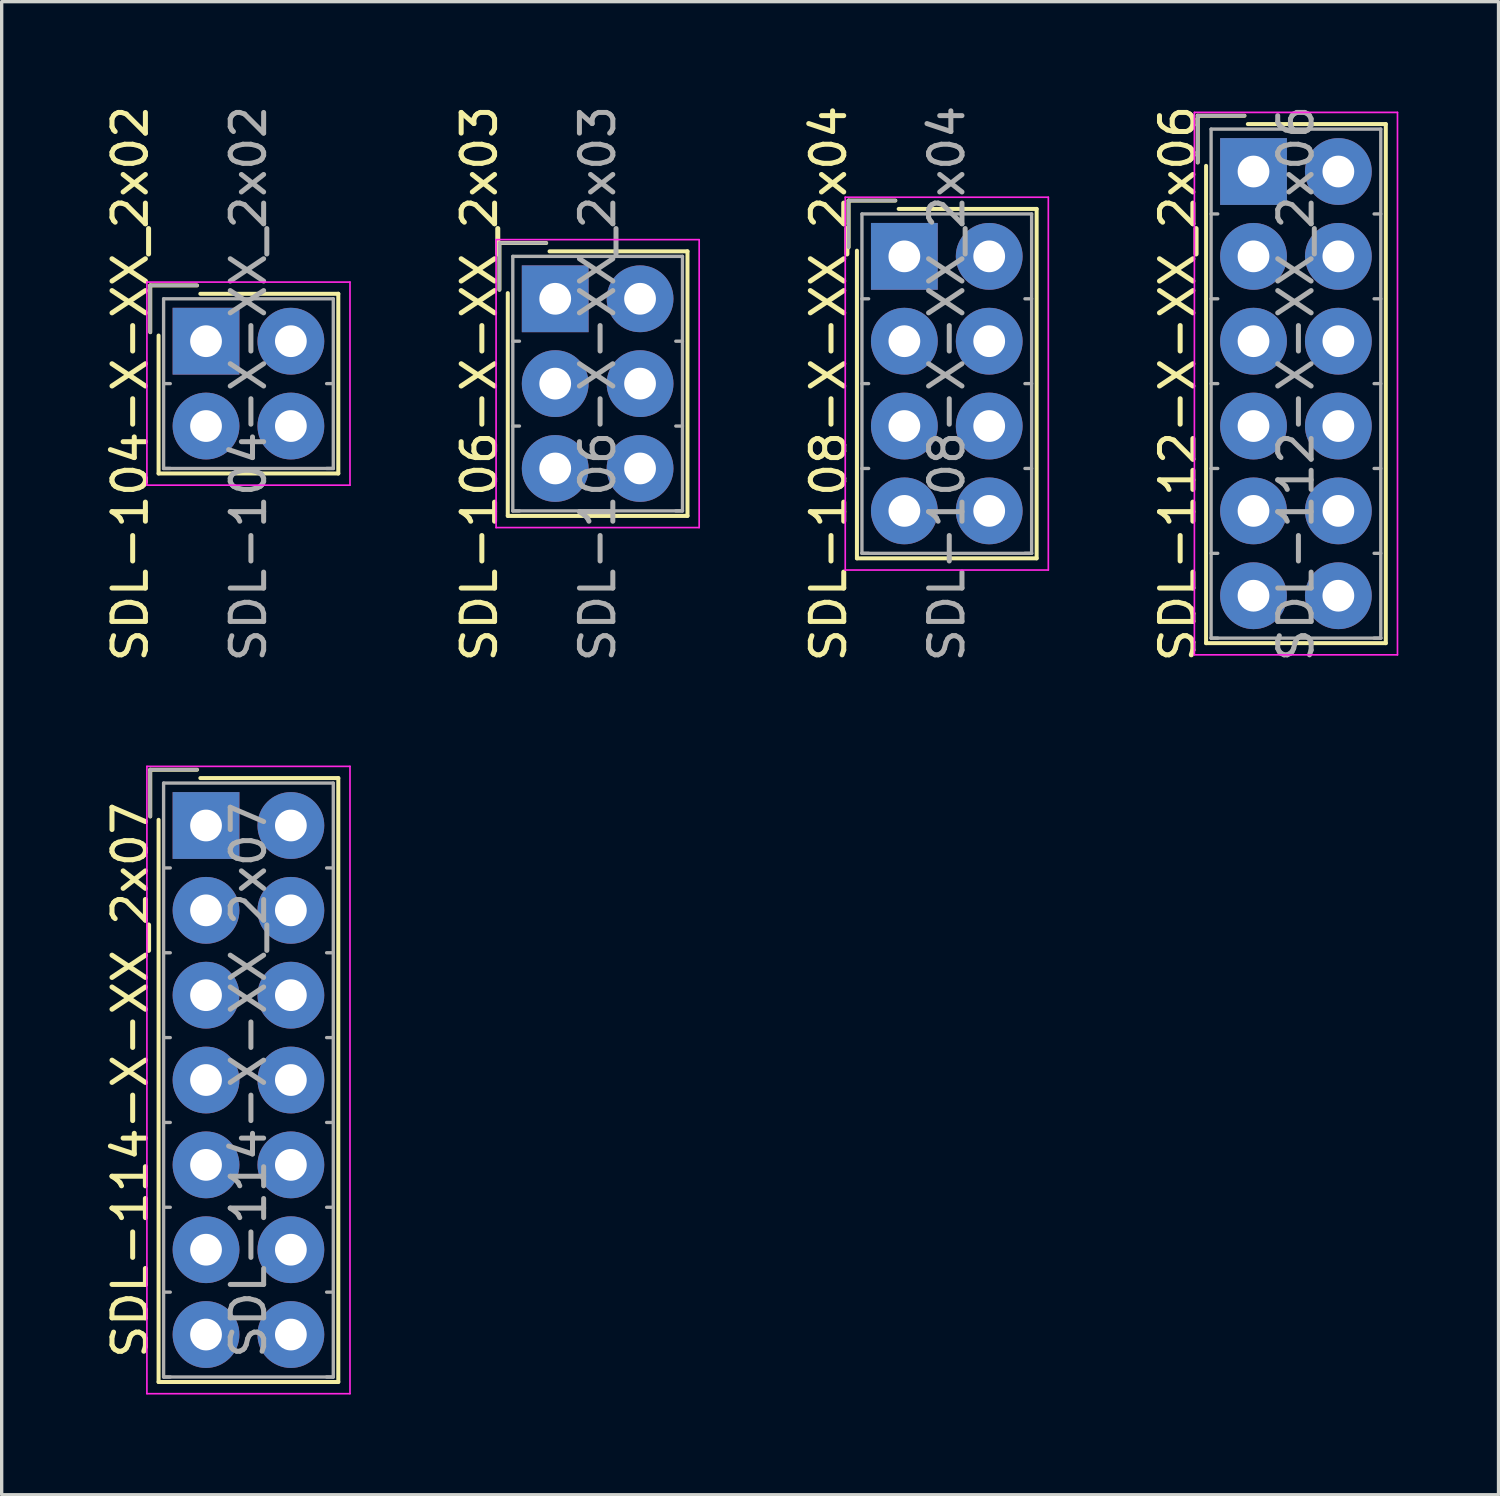
<source format=kicad_pcb>
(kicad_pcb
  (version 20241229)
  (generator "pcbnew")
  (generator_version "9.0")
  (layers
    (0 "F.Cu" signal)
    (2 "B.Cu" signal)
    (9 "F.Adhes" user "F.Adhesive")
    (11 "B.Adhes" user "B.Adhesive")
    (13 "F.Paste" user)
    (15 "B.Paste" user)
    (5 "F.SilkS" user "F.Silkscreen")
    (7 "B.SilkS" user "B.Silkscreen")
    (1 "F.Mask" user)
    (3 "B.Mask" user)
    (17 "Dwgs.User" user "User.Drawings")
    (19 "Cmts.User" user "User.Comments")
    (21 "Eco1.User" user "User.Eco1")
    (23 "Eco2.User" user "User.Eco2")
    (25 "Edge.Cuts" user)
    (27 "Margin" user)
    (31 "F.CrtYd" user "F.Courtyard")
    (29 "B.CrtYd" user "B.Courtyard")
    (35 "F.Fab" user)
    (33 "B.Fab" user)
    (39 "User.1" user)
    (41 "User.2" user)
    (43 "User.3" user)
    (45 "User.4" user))
  (footprint "SDL-112-X-XX_2x06"
    (layer "F.Cu")
    (at 34.478 2.085)
    (property "Reference" "SDL-112-X-XX_2x06" (at -2.27 6.35 90) (layer "F.SilkS") (effects (font (size 1 1) (thickness 0.15))))
    (attr through_hole)
    (fp_line (start -1.67 -1.67) (end -1.67 -0.27) (stroke (width 0.12) (type solid)) (layer "F.SilkS"))
    (fp_line (start -1.42 14.12) (end -1.42 -0.17) (stroke (width 0.12) (type solid)) (layer "F.SilkS"))
    (fp_line (start -0.27 -1.67) (end -1.67 -1.67) (stroke (width 0.12) (type solid)) (layer "F.SilkS"))
    (fp_line (start -0.17 -1.42) (end 3.96 -1.42) (stroke (width 0.12) (type solid)) (layer "F.SilkS"))
    (fp_line (start 3.96 -1.42) (end 3.96 14.12) (stroke (width 0.12) (type solid)) (layer "F.SilkS"))
    (fp_line (start 3.96 14.12) (end -1.42 14.12) (stroke (width 0.12) (type solid)) (layer "F.SilkS"))
    (fp_line (start -1.77 -1.77) (end -1.77 14.47) (stroke (width 0.05) (type solid)) (layer "F.CrtYd"))
    (fp_line (start -1.77 14.47) (end 4.31 14.47) (stroke (width 0.05) (type solid)) (layer "F.CrtYd"))
    (fp_line (start 4.31 -1.77) (end -1.77 -1.77) (stroke (width 0.05) (type solid)) (layer "F.CrtYd"))
    (fp_line (start 4.31 14.47) (end 4.31 -1.77) (stroke (width 0.05) (type solid)) (layer "F.CrtYd"))
    (fp_line (start -1.67 -1.67) (end -1.67 -0.27) (stroke (width 0.1) (type solid)) (layer "F.Fab"))
    (fp_line (start -1.27 -1.27) (end -1.27 13.97) (stroke (width 0.1) (type solid)) (layer "F.Fab"))
    (fp_line (start -1.27 1.27) (end -1.07 1.27) (stroke (width 0.1) (type solid)) (layer "F.Fab"))
    (fp_line (start -1.27 3.81) (end -1.07 3.81) (stroke (width 0.1) (type solid)) (layer "F.Fab"))
    (fp_line (start -1.27 6.35) (end -1.07 6.35) (stroke (width 0.1) (type solid)) (layer "F.Fab"))
    (fp_line (start -1.27 8.89) (end -1.07 8.89) (stroke (width 0.1) (type solid)) (layer "F.Fab"))
    (fp_line (start -1.27 11.43) (end -1.07 11.43) (stroke (width 0.1) (type solid)) (layer "F.Fab"))
    (fp_line (start -1.27 13.97) (end -1.07 13.97) (stroke (width 0.1) (type solid)) (layer "F.Fab"))
    (fp_line (start -1.27 13.97) (end 3.81 13.97) (stroke (width 0.1) (type solid)) (layer "F.Fab"))
    (fp_line (start -0.27 -1.67) (end -1.67 -1.67) (stroke (width 0.1) (type solid)) (layer "F.Fab"))
    (fp_line (start 3.81 -1.27) (end -1.27 -1.27) (stroke (width 0.1) (type solid)) (layer "F.Fab"))
    (fp_line (start 3.81 1.27) (end 3.61 1.27) (stroke (width 0.1) (type solid)) (layer "F.Fab"))
    (fp_line (start 3.81 3.81) (end 3.61 3.81) (stroke (width 0.1) (type solid)) (layer "F.Fab"))
    (fp_line (start 3.81 6.35) (end 3.61 6.35) (stroke (width 0.1) (type solid)) (layer "F.Fab"))
    (fp_line (start 3.81 8.89) (end 3.61 8.89) (stroke (width 0.1) (type solid)) (layer "F.Fab"))
    (fp_line (start 3.81 11.43) (end 3.61 11.43) (stroke (width 0.1) (type solid)) (layer "F.Fab"))
    (fp_line (start 3.81 13.97) (end 3.61 13.97) (stroke (width 0.1) (type solid)) (layer "F.Fab"))
    (fp_line (start 3.81 13.97) (end 3.81 -1.27) (stroke (width 0.1) (type solid)) (layer "F.Fab"))
    (fp_text user "${REFERENCE}" (at 1.27 6.35 90) (layer "F.Fab") (effects (font (size 1 1) (thickness 0.15))))
    (pad "1" thru_hole rect (at 0 0) (size 2 2) (drill 0.95) (layers "*.Cu" "*.Mask"))
    (pad "2" thru_hole circle (at 2.54 0) (size 2 2) (drill 0.95) (layers "*.Cu" "*.Mask"))
    (pad "3" thru_hole circle (at 0 2.54) (size 2 2) (drill 0.95) (layers "*.Cu" "*.Mask"))
    (pad "4" thru_hole circle (at 2.54 2.54) (size 2 2) (drill 0.95) (layers "*.Cu" "*.Mask"))
    (pad "5" thru_hole circle (at 0 5.08) (size 2 2) (drill 0.95) (layers "*.Cu" "*.Mask"))
    (pad "6" thru_hole circle (at 2.54 5.08) (size 2 2) (drill 0.95) (layers "*.Cu" "*.Mask"))
    (pad "7" thru_hole circle (at 0 7.62) (size 2 2) (drill 0.95) (layers "*.Cu" "*.Mask"))
    (pad "8" thru_hole circle (at 2.54 7.62) (size 2 2) (drill 0.95) (layers "*.Cu" "*.Mask"))
    (pad "9" thru_hole circle (at 0 10.16) (size 2 2) (drill 0.95) (layers "*.Cu" "*.Mask"))
    (pad "10" thru_hole circle (at 2.54 10.16) (size 2 2) (drill 0.95) (layers "*.Cu" "*.Mask"))
    (pad "11" thru_hole circle (at 0 12.7) (size 2 2) (drill 0.95) (layers "*.Cu" "*.Mask"))
    (pad "12" thru_hole circle (at 2.54 12.7) (size 2 2) (drill 0.95) (layers "*.Cu" "*.Mask")))
  (footprint "SDL-108-X-XX_2x04"
    (layer "F.Cu")
    (at 24.025 4.625)
    (property "Reference" "SDL-108-X-XX_2x04" (at -2.27 3.81 90) (layer "F.SilkS") (effects (font (size 1 1) (thickness 0.15))))
    (attr through_hole)
    (fp_line (start -1.67 -1.67) (end -1.67 -0.27) (stroke (width 0.12) (type solid)) (layer "F.SilkS"))
    (fp_line (start -1.42 9.04) (end -1.42 -0.17) (stroke (width 0.12) (type solid)) (layer "F.SilkS"))
    (fp_line (start -0.27 -1.67) (end -1.67 -1.67) (stroke (width 0.12) (type solid)) (layer "F.SilkS"))
    (fp_line (start -0.17 -1.42) (end 3.96 -1.42) (stroke (width 0.12) (type solid)) (layer "F.SilkS"))
    (fp_line (start 3.96 -1.42) (end 3.96 9.04) (stroke (width 0.12) (type solid)) (layer "F.SilkS"))
    (fp_line (start 3.96 9.04) (end -1.42 9.04) (stroke (width 0.12) (type solid)) (layer "F.SilkS"))
    (fp_line (start -1.77 -1.77) (end -1.77 9.39) (stroke (width 0.05) (type solid)) (layer "F.CrtYd"))
    (fp_line (start -1.77 9.39) (end 4.31 9.39) (stroke (width 0.05) (type solid)) (layer "F.CrtYd"))
    (fp_line (start 4.31 -1.77) (end -1.77 -1.77) (stroke (width 0.05) (type solid)) (layer "F.CrtYd"))
    (fp_line (start 4.31 9.39) (end 4.31 -1.77) (stroke (width 0.05) (type solid)) (layer "F.CrtYd"))
    (fp_line (start -1.67 -1.67) (end -1.67 -0.27) (stroke (width 0.1) (type solid)) (layer "F.Fab"))
    (fp_line (start -1.27 -1.27) (end -1.27 8.89) (stroke (width 0.1) (type solid)) (layer "F.Fab"))
    (fp_line (start -1.27 1.27) (end -1.07 1.27) (stroke (width 0.1) (type solid)) (layer "F.Fab"))
    (fp_line (start -1.27 3.81) (end -1.07 3.81) (stroke (width 0.1) (type solid)) (layer "F.Fab"))
    (fp_line (start -1.27 6.35) (end -1.07 6.35) (stroke (width 0.1) (type solid)) (layer "F.Fab"))
    (fp_line (start -1.27 8.89) (end -1.07 8.89) (stroke (width 0.1) (type solid)) (layer "F.Fab"))
    (fp_line (start -1.27 8.89) (end 3.81 8.89) (stroke (width 0.1) (type solid)) (layer "F.Fab"))
    (fp_line (start -0.27 -1.67) (end -1.67 -1.67) (stroke (width 0.1) (type solid)) (layer "F.Fab"))
    (fp_line (start 3.81 -1.27) (end -1.27 -1.27) (stroke (width 0.1) (type solid)) (layer "F.Fab"))
    (fp_line (start 3.81 1.27) (end 3.61 1.27) (stroke (width 0.1) (type solid)) (layer "F.Fab"))
    (fp_line (start 3.81 3.81) (end 3.61 3.81) (stroke (width 0.1) (type solid)) (layer "F.Fab"))
    (fp_line (start 3.81 6.35) (end 3.61 6.35) (stroke (width 0.1) (type solid)) (layer "F.Fab"))
    (fp_line (start 3.81 8.89) (end 3.61 8.89) (stroke (width 0.1) (type solid)) (layer "F.Fab"))
    (fp_line (start 3.81 8.89) (end 3.81 -1.27) (stroke (width 0.1) (type solid)) (layer "F.Fab"))
    (fp_text user "${REFERENCE}" (at 1.27 3.81 90) (layer "F.Fab") (effects (font (size 1 1) (thickness 0.15))))
    (pad "1" thru_hole rect (at 0 0) (size 2 2) (drill 0.95) (layers "*.Cu" "*.Mask"))
    (pad "2" thru_hole circle (at 2.54 0) (size 2 2) (drill 0.95) (layers "*.Cu" "*.Mask"))
    (pad "3" thru_hole circle (at 0 2.54) (size 2 2) (drill 0.95) (layers "*.Cu" "*.Mask"))
    (pad "4" thru_hole circle (at 2.54 2.54) (size 2 2) (drill 0.95) (layers "*.Cu" "*.Mask"))
    (pad "5" thru_hole circle (at 0 5.08) (size 2 2) (drill 0.95) (layers "*.Cu" "*.Mask"))
    (pad "6" thru_hole circle (at 2.54 5.08) (size 2 2) (drill 0.95) (layers "*.Cu" "*.Mask"))
    (pad "7" thru_hole circle (at 0 7.62) (size 2 2) (drill 0.95) (layers "*.Cu" "*.Mask"))
    (pad "8" thru_hole circle (at 2.54 7.62) (size 2 2) (drill 0.95) (layers "*.Cu" "*.Mask")))
  (footprint "SDL-104-X-XX_2x02"
    (layer "F.Cu")
    (at 3.118 7.165)
    (property "Reference" "SDL-104-X-XX_2x02" (at -2.27 1.27 90) (layer "F.SilkS") (effects (font (size 1 1) (thickness 0.15))))
    (attr through_hole)
    (fp_line (start -1.67 -1.67) (end -1.67 -0.27) (stroke (width 0.12) (type solid)) (layer "F.SilkS"))
    (fp_line (start -1.42 3.96) (end -1.42 -0.17) (stroke (width 0.12) (type solid)) (layer "F.SilkS"))
    (fp_line (start -0.27 -1.67) (end -1.67 -1.67) (stroke (width 0.12) (type solid)) (layer "F.SilkS"))
    (fp_line (start -0.17 -1.42) (end 3.96 -1.42) (stroke (width 0.12) (type solid)) (layer "F.SilkS"))
    (fp_line (start 3.96 -1.42) (end 3.96 3.96) (stroke (width 0.12) (type solid)) (layer "F.SilkS"))
    (fp_line (start 3.96 3.96) (end -1.42 3.96) (stroke (width 0.12) (type solid)) (layer "F.SilkS"))
    (fp_line (start -1.77 -1.77) (end -1.77 4.31) (stroke (width 0.05) (type solid)) (layer "F.CrtYd"))
    (fp_line (start -1.77 4.31) (end 4.31 4.31) (stroke (width 0.05) (type solid)) (layer "F.CrtYd"))
    (fp_line (start 4.31 -1.77) (end -1.77 -1.77) (stroke (width 0.05) (type solid)) (layer "F.CrtYd"))
    (fp_line (start 4.31 4.31) (end 4.31 -1.77) (stroke (width 0.05) (type solid)) (layer "F.CrtYd"))
    (fp_line (start -1.67 -1.67) (end -1.67 -0.27) (stroke (width 0.1) (type solid)) (layer "F.Fab"))
    (fp_line (start -1.27 -1.27) (end -1.27 3.81) (stroke (width 0.1) (type solid)) (layer "F.Fab"))
    (fp_line (start -1.27 1.27) (end -1.07 1.27) (stroke (width 0.1) (type solid)) (layer "F.Fab"))
    (fp_line (start -1.27 3.81) (end -1.07 3.81) (stroke (width 0.1) (type solid)) (layer "F.Fab"))
    (fp_line (start -1.27 3.81) (end 3.81 3.81) (stroke (width 0.1) (type solid)) (layer "F.Fab"))
    (fp_line (start -0.27 -1.67) (end -1.67 -1.67) (stroke (width 0.1) (type solid)) (layer "F.Fab"))
    (fp_line (start 3.81 -1.27) (end -1.27 -1.27) (stroke (width 0.1) (type solid)) (layer "F.Fab"))
    (fp_line (start 3.81 1.27) (end 3.61 1.27) (stroke (width 0.1) (type solid)) (layer "F.Fab"))
    (fp_line (start 3.81 3.81) (end 3.61 3.81) (stroke (width 0.1) (type solid)) (layer "F.Fab"))
    (fp_line (start 3.81 3.81) (end 3.81 -1.27) (stroke (width 0.1) (type solid)) (layer "F.Fab"))
    (fp_text user "${REFERENCE}" (at 1.27 1.27 90) (layer "F.Fab") (effects (font (size 1 1) (thickness 0.15))))
    (pad "1" thru_hole rect (at 0 0) (size 2 2) (drill 0.95) (layers "*.Cu" "*.Mask"))
    (pad "2" thru_hole circle (at 2.54 0) (size 2 2) (drill 0.95) (layers "*.Cu" "*.Mask"))
    (pad "3" thru_hole circle (at 0 2.54) (size 2 2) (drill 0.95) (layers "*.Cu" "*.Mask"))
    (pad "4" thru_hole circle (at 2.54 2.54) (size 2 2) (drill 0.95) (layers "*.Cu" "*.Mask")))
  (footprint "SDL-106-X-XX_2x03"
    (layer "F.Cu")
    (at 13.572 5.895)
    (property "Reference" "SDL-106-X-XX_2x03" (at -2.27 2.54 90) (layer "F.SilkS") (effects (font (size 1 1) (thickness 0.15))))
    (attr through_hole)
    (fp_line (start -1.67 -1.67) (end -1.67 -0.27) (stroke (width 0.12) (type solid)) (layer "F.SilkS"))
    (fp_line (start -1.42 6.5) (end -1.42 -0.17) (stroke (width 0.12) (type solid)) (layer "F.SilkS"))
    (fp_line (start -0.27 -1.67) (end -1.67 -1.67) (stroke (width 0.12) (type solid)) (layer "F.SilkS"))
    (fp_line (start -0.17 -1.42) (end 3.96 -1.42) (stroke (width 0.12) (type solid)) (layer "F.SilkS"))
    (fp_line (start 3.96 -1.42) (end 3.96 6.5) (stroke (width 0.12) (type solid)) (layer "F.SilkS"))
    (fp_line (start 3.96 6.5) (end -1.42 6.5) (stroke (width 0.12) (type solid)) (layer "F.SilkS"))
    (fp_line (start -1.77 -1.77) (end -1.77 6.85) (stroke (width 0.05) (type solid)) (layer "F.CrtYd"))
    (fp_line (start -1.77 6.85) (end 4.31 6.85) (stroke (width 0.05) (type solid)) (layer "F.CrtYd"))
    (fp_line (start 4.31 -1.77) (end -1.77 -1.77) (stroke (width 0.05) (type solid)) (layer "F.CrtYd"))
    (fp_line (start 4.31 6.85) (end 4.31 -1.77) (stroke (width 0.05) (type solid)) (layer "F.CrtYd"))
    (fp_line (start -1.67 -1.67) (end -1.67 -0.27) (stroke (width 0.1) (type solid)) (layer "F.Fab"))
    (fp_line (start -1.27 -1.27) (end -1.27 6.35) (stroke (width 0.1) (type solid)) (layer "F.Fab"))
    (fp_line (start -1.27 1.27) (end -1.07 1.27) (stroke (width 0.1) (type solid)) (layer "F.Fab"))
    (fp_line (start -1.27 3.81) (end -1.07 3.81) (stroke (width 0.1) (type solid)) (layer "F.Fab"))
    (fp_line (start -1.27 6.35) (end -1.07 6.35) (stroke (width 0.1) (type solid)) (layer "F.Fab"))
    (fp_line (start -1.27 6.35) (end 3.81 6.35) (stroke (width 0.1) (type solid)) (layer "F.Fab"))
    (fp_line (start -0.27 -1.67) (end -1.67 -1.67) (stroke (width 0.1) (type solid)) (layer "F.Fab"))
    (fp_line (start 3.81 -1.27) (end -1.27 -1.27) (stroke (width 0.1) (type solid)) (layer "F.Fab"))
    (fp_line (start 3.81 1.27) (end 3.61 1.27) (stroke (width 0.1) (type solid)) (layer "F.Fab"))
    (fp_line (start 3.81 3.81) (end 3.61 3.81) (stroke (width 0.1) (type solid)) (layer "F.Fab"))
    (fp_line (start 3.81 6.35) (end 3.61 6.35) (stroke (width 0.1) (type solid)) (layer "F.Fab"))
    (fp_line (start 3.81 6.35) (end 3.81 -1.27) (stroke (width 0.1) (type solid)) (layer "F.Fab"))
    (fp_text user "${REFERENCE}" (at 1.27 2.54 90) (layer "F.Fab") (effects (font (size 1 1) (thickness 0.15))))
    (pad "1" thru_hole rect (at 0 0) (size 2 2) (drill 0.95) (layers "*.Cu" "*.Mask"))
    (pad "2" thru_hole circle (at 2.54 0) (size 2 2) (drill 0.95) (layers "*.Cu" "*.Mask"))
    (pad "3" thru_hole circle (at 0 2.54) (size 2 2) (drill 0.95) (layers "*.Cu" "*.Mask"))
    (pad "4" thru_hole circle (at 2.54 2.54) (size 2 2) (drill 0.95) (layers "*.Cu" "*.Mask"))
    (pad "5" thru_hole circle (at 0 5.08) (size 2 2) (drill 0.95) (layers "*.Cu" "*.Mask"))
    (pad "6" thru_hole circle (at 2.54 5.08) (size 2 2) (drill 0.95) (layers "*.Cu" "*.Mask")))
  (footprint "SDL-114-X-XX_2x07"
    (layer "F.Cu")
    (at 3.118 21.664)
    (property "Reference" "SDL-114-X-XX_2x07" (at -2.27 7.62 90) (layer "F.SilkS") (effects (font (size 1 1) (thickness 0.15))))
    (attr through_hole)
    (fp_line (start -1.67 -1.67) (end -1.67 -0.27) (stroke (width 0.12) (type solid)) (layer "F.SilkS"))
    (fp_line (start -1.42 16.66) (end -1.42 -0.17) (stroke (width 0.12) (type solid)) (layer "F.SilkS"))
    (fp_line (start -0.27 -1.67) (end -1.67 -1.67) (stroke (width 0.12) (type solid)) (layer "F.SilkS"))
    (fp_line (start -0.17 -1.42) (end 3.96 -1.42) (stroke (width 0.12) (type solid)) (layer "F.SilkS"))
    (fp_line (start 3.96 -1.42) (end 3.96 16.66) (stroke (width 0.12) (type solid)) (layer "F.SilkS"))
    (fp_line (start 3.96 16.66) (end -1.42 16.66) (stroke (width 0.12) (type solid)) (layer "F.SilkS"))
    (fp_line (start -1.77 -1.77) (end -1.77 17.01) (stroke (width 0.05) (type solid)) (layer "F.CrtYd"))
    (fp_line (start -1.77 17.01) (end 4.31 17.01) (stroke (width 0.05) (type solid)) (layer "F.CrtYd"))
    (fp_line (start 4.31 -1.77) (end -1.77 -1.77) (stroke (width 0.05) (type solid)) (layer "F.CrtYd"))
    (fp_line (start 4.31 17.01) (end 4.31 -1.77) (stroke (width 0.05) (type solid)) (layer "F.CrtYd"))
    (fp_line (start -1.67 -1.67) (end -1.67 -0.27) (stroke (width 0.1) (type solid)) (layer "F.Fab"))
    (fp_line (start -1.27 -1.27) (end -1.27 16.51) (stroke (width 0.1) (type solid)) (layer "F.Fab"))
    (fp_line (start -1.27 1.27) (end -1.07 1.27) (stroke (width 0.1) (type solid)) (layer "F.Fab"))
    (fp_line (start -1.27 3.81) (end -1.07 3.81) (stroke (width 0.1) (type solid)) (layer "F.Fab"))
    (fp_line (start -1.27 6.35) (end -1.07 6.35) (stroke (width 0.1) (type solid)) (layer "F.Fab"))
    (fp_line (start -1.27 8.89) (end -1.07 8.89) (stroke (width 0.1) (type solid)) (layer "F.Fab"))
    (fp_line (start -1.27 11.43) (end -1.07 11.43) (stroke (width 0.1) (type solid)) (layer "F.Fab"))
    (fp_line (start -1.27 13.97) (end -1.07 13.97) (stroke (width 0.1) (type solid)) (layer "F.Fab"))
    (fp_line (start -1.27 16.51) (end -1.07 16.51) (stroke (width 0.1) (type solid)) (layer "F.Fab"))
    (fp_line (start -1.27 16.51) (end 3.81 16.51) (stroke (width 0.1) (type solid)) (layer "F.Fab"))
    (fp_line (start -0.27 -1.67) (end -1.67 -1.67) (stroke (width 0.1) (type solid)) (layer "F.Fab"))
    (fp_line (start 3.81 -1.27) (end -1.27 -1.27) (stroke (width 0.1) (type solid)) (layer "F.Fab"))
    (fp_line (start 3.81 1.27) (end 3.61 1.27) (stroke (width 0.1) (type solid)) (layer "F.Fab"))
    (fp_line (start 3.81 3.81) (end 3.61 3.81) (stroke (width 0.1) (type solid)) (layer "F.Fab"))
    (fp_line (start 3.81 6.35) (end 3.61 6.35) (stroke (width 0.1) (type solid)) (layer "F.Fab"))
    (fp_line (start 3.81 8.89) (end 3.61 8.89) (stroke (width 0.1) (type solid)) (layer "F.Fab"))
    (fp_line (start 3.81 11.43) (end 3.61 11.43) (stroke (width 0.1) (type solid)) (layer "F.Fab"))
    (fp_line (start 3.81 13.97) (end 3.61 13.97) (stroke (width 0.1) (type solid)) (layer "F.Fab"))
    (fp_line (start 3.81 16.51) (end 3.61 16.51) (stroke (width 0.1) (type solid)) (layer "F.Fab"))
    (fp_line (start 3.81 16.51) (end 3.81 -1.27) (stroke (width 0.1) (type solid)) (layer "F.Fab"))
    (fp_text user "${REFERENCE}" (at 1.27 7.62 90) (layer "F.Fab") (effects (font (size 1 1) (thickness 0.15))))
    (pad "1" thru_hole rect (at 0 0) (size 2 2) (drill 0.95) (layers "*.Cu" "*.Mask"))
    (pad "2" thru_hole circle (at 2.54 0) (size 2 2) (drill 0.95) (layers "*.Cu" "*.Mask"))
    (pad "3" thru_hole circle (at 0 2.54) (size 2 2) (drill 0.95) (layers "*.Cu" "*.Mask"))
    (pad "4" thru_hole circle (at 2.54 2.54) (size 2 2) (drill 0.95) (layers "*.Cu" "*.Mask"))
    (pad "5" thru_hole circle (at 0 5.08) (size 2 2) (drill 0.95) (layers "*.Cu" "*.Mask"))
    (pad "6" thru_hole circle (at 2.54 5.08) (size 2 2) (drill 0.95) (layers "*.Cu" "*.Mask"))
    (pad "7" thru_hole circle (at 0 7.62) (size 2 2) (drill 0.95) (layers "*.Cu" "*.Mask"))
    (pad "8" thru_hole circle (at 2.54 7.62) (size 2 2) (drill 0.95) (layers "*.Cu" "*.Mask"))
    (pad "9" thru_hole circle (at 0 10.16) (size 2 2) (drill 0.95) (layers "*.Cu" "*.Mask"))
    (pad "10" thru_hole circle (at 2.54 10.16) (size 2 2) (drill 0.95) (layers "*.Cu" "*.Mask"))
    (pad "11" thru_hole circle (at 0 12.7) (size 2 2) (drill 0.95) (layers "*.Cu" "*.Mask"))
    (pad "12" thru_hole circle (at 2.54 12.7) (size 2 2) (drill 0.95) (layers "*.Cu" "*.Mask"))
    (pad "13" thru_hole circle (at 0 15.24) (size 2 2) (drill 0.95) (layers "*.Cu" "*.Mask"))
    (pad "14" thru_hole circle (at 2.54 15.24) (size 2 2) (drill 0.95) (layers "*.Cu" "*.Mask")))
  (gr_rect
    (start -3 -3)
    (end 41.813 41.699)
    (stroke (width 0.1) (type default))
    (fill no)
    (layer "Edge.Cuts")))
</source>
